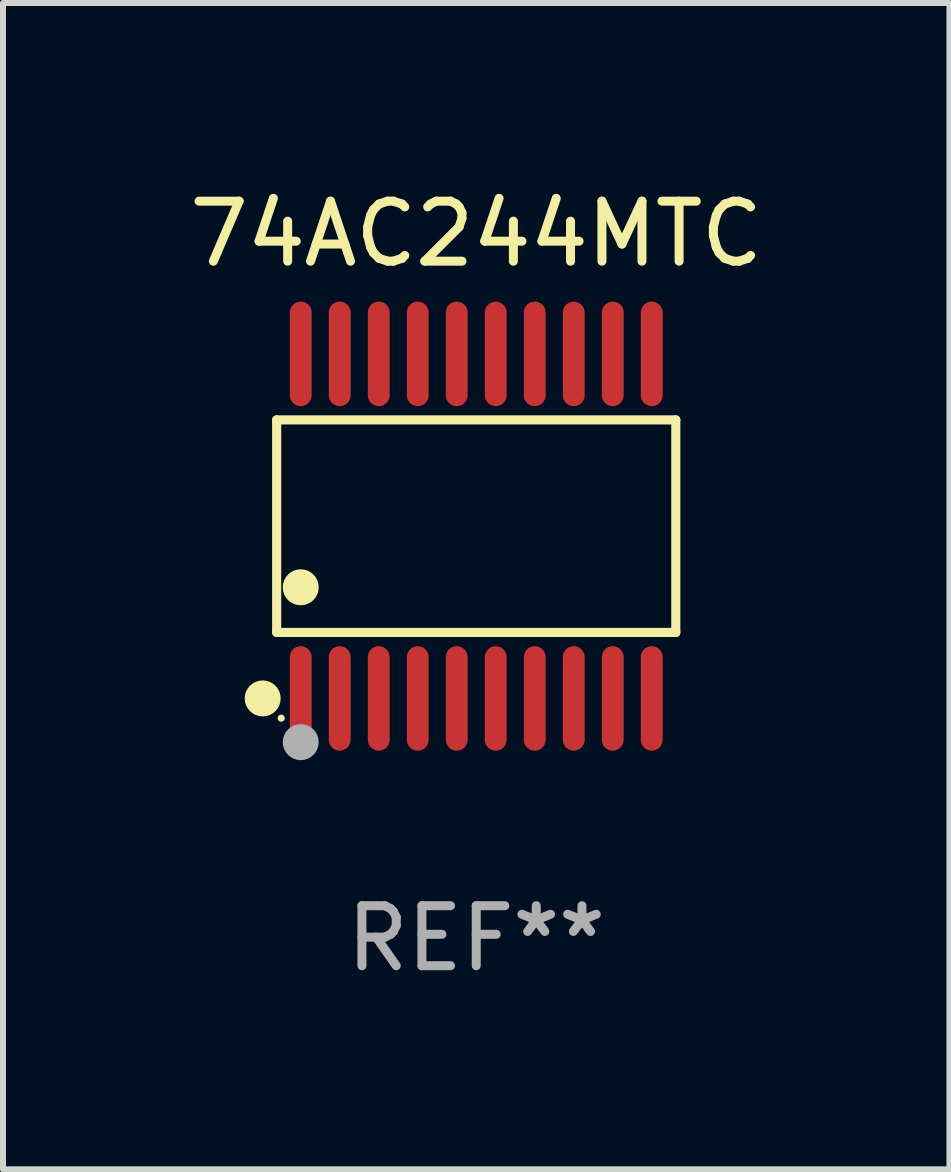
<source format=kicad_pcb>
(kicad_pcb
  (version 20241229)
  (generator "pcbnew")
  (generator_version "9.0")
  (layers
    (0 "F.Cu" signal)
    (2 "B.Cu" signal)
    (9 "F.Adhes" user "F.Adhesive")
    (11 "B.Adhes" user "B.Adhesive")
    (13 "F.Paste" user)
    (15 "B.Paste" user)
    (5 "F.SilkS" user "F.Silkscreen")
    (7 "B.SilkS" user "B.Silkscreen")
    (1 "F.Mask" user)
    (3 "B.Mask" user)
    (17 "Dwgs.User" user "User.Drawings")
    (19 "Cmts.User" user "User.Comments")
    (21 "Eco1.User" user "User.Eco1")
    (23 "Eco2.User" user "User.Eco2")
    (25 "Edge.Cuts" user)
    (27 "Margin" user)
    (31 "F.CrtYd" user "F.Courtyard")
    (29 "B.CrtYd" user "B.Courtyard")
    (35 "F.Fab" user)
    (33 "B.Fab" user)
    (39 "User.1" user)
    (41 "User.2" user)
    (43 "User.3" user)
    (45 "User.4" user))
  (footprint "74AC244MTC"
    (layer "F.Cu")
    (at 4.887 5.719)
    (property "Reference" "74AC244MTC" (at 0 -4.871 0) (layer "F.SilkS") (effects (font (size 1 1) (thickness 0.15))))
    (attr through_hole)
    (fp_line (start -3.326 -1.771) (end 3.326 -1.771) (stroke (width 0.152) (type solid)) (layer "F.SilkS"))
    (fp_line (start -3.326 1.771) (end -3.326 -1.771) (stroke (width 0.152) (type solid)) (layer "F.SilkS"))
    (fp_line (start 3.326 -1.771) (end 3.326 1.771) (stroke (width 0.152) (type solid)) (layer "F.SilkS"))
    (fp_line (start 3.326 1.771) (end -3.326 1.771) (stroke (width 0.152) (type solid)) (layer "F.SilkS"))
    (fp_circle (center -3.559 2.871) (end -3.409 2.871) (stroke (width 0.3) (type solid)) (fill no) (layer "F.SilkS"))
    (fp_circle (center -3.25 3.2) (end -3.22 3.2) (stroke (width 0.06) (type solid)) (fill no) (layer "F.SilkS"))
    (fp_circle (center -2.925 1.019) (end -2.775 1.019) (stroke (width 0.3) (type solid)) (fill no) (layer "F.SilkS"))
    (fp_circle (center -2.925 3.6) (end -2.775 3.6) (stroke (width 0.3) (type solid)) (fill no) (layer "F.Fab"))
    (fp_text user "REF**" (at 0 6.871 0) (layer "F.Fab") (effects (font (size 1 1) (thickness 0.15))))
    (pad "1" smd oval (at -2.925 2.871) (size 0.364 1.742) (layers "F.Cu" "F.Mask" "F.Paste"))
    (pad "2" smd oval (at -2.275 2.871) (size 0.364 1.742) (layers "F.Cu" "F.Mask" "F.Paste"))
    (pad "3" smd oval (at -1.625 2.871) (size 0.364 1.742) (layers "F.Cu" "F.Mask" "F.Paste"))
    (pad "4" smd oval (at -0.975 2.871) (size 0.364 1.742) (layers "F.Cu" "F.Mask" "F.Paste"))
    (pad "5" smd oval (at -0.325 2.871) (size 0.364 1.742) (layers "F.Cu" "F.Mask" "F.Paste"))
    (pad "6" smd oval (at 0.325 2.871) (size 0.364 1.742) (layers "F.Cu" "F.Mask" "F.Paste"))
    (pad "7" smd oval (at 0.975 2.871) (size 0.364 1.742) (layers "F.Cu" "F.Mask" "F.Paste"))
    (pad "8" smd oval (at 1.625 2.871) (size 0.364 1.742) (layers "F.Cu" "F.Mask" "F.Paste"))
    (pad "9" smd oval (at 2.275 2.871) (size 0.364 1.742) (layers "F.Cu" "F.Mask" "F.Paste"))
    (pad "10" smd oval (at 2.925 2.871) (size 0.364 1.742) (layers "F.Cu" "F.Mask" "F.Paste"))
    (pad "11" smd oval (at 2.925 -2.871) (size 0.364 1.742) (layers "F.Cu" "F.Mask" "F.Paste"))
    (pad "12" smd oval (at 2.275 -2.871) (size 0.364 1.742) (layers "F.Cu" "F.Mask" "F.Paste"))
    (pad "13" smd oval (at 1.625 -2.871) (size 0.364 1.742) (layers "F.Cu" "F.Mask" "F.Paste"))
    (pad "14" smd oval (at 0.975 -2.871) (size 0.364 1.742) (layers "F.Cu" "F.Mask" "F.Paste"))
    (pad "15" smd oval (at 0.325 -2.871) (size 0.364 1.742) (layers "F.Cu" "F.Mask" "F.Paste"))
    (pad "16" smd oval (at -0.325 -2.871) (size 0.364 1.742) (layers "F.Cu" "F.Mask" "F.Paste"))
    (pad "17" smd oval (at -0.975 -2.871) (size 0.364 1.742) (layers "F.Cu" "F.Mask" "F.Paste"))
    (pad "18" smd oval (at -1.625 -2.871) (size 0.364 1.742) (layers "F.Cu" "F.Mask" "F.Paste"))
    (pad "19" smd oval (at -2.275 -2.871) (size 0.364 1.742) (layers "F.Cu" "F.Mask" "F.Paste"))
    (pad "20" smd oval (at -2.925 -2.871) (size 0.364 1.742) (layers "F.Cu" "F.Mask" "F.Paste")))
  (gr_rect
    (start -3 -3)
    (end 12.774 16.438)
    (stroke (width 0.1) (type default))
    (fill no)
    (layer "Edge.Cuts")))
</source>
